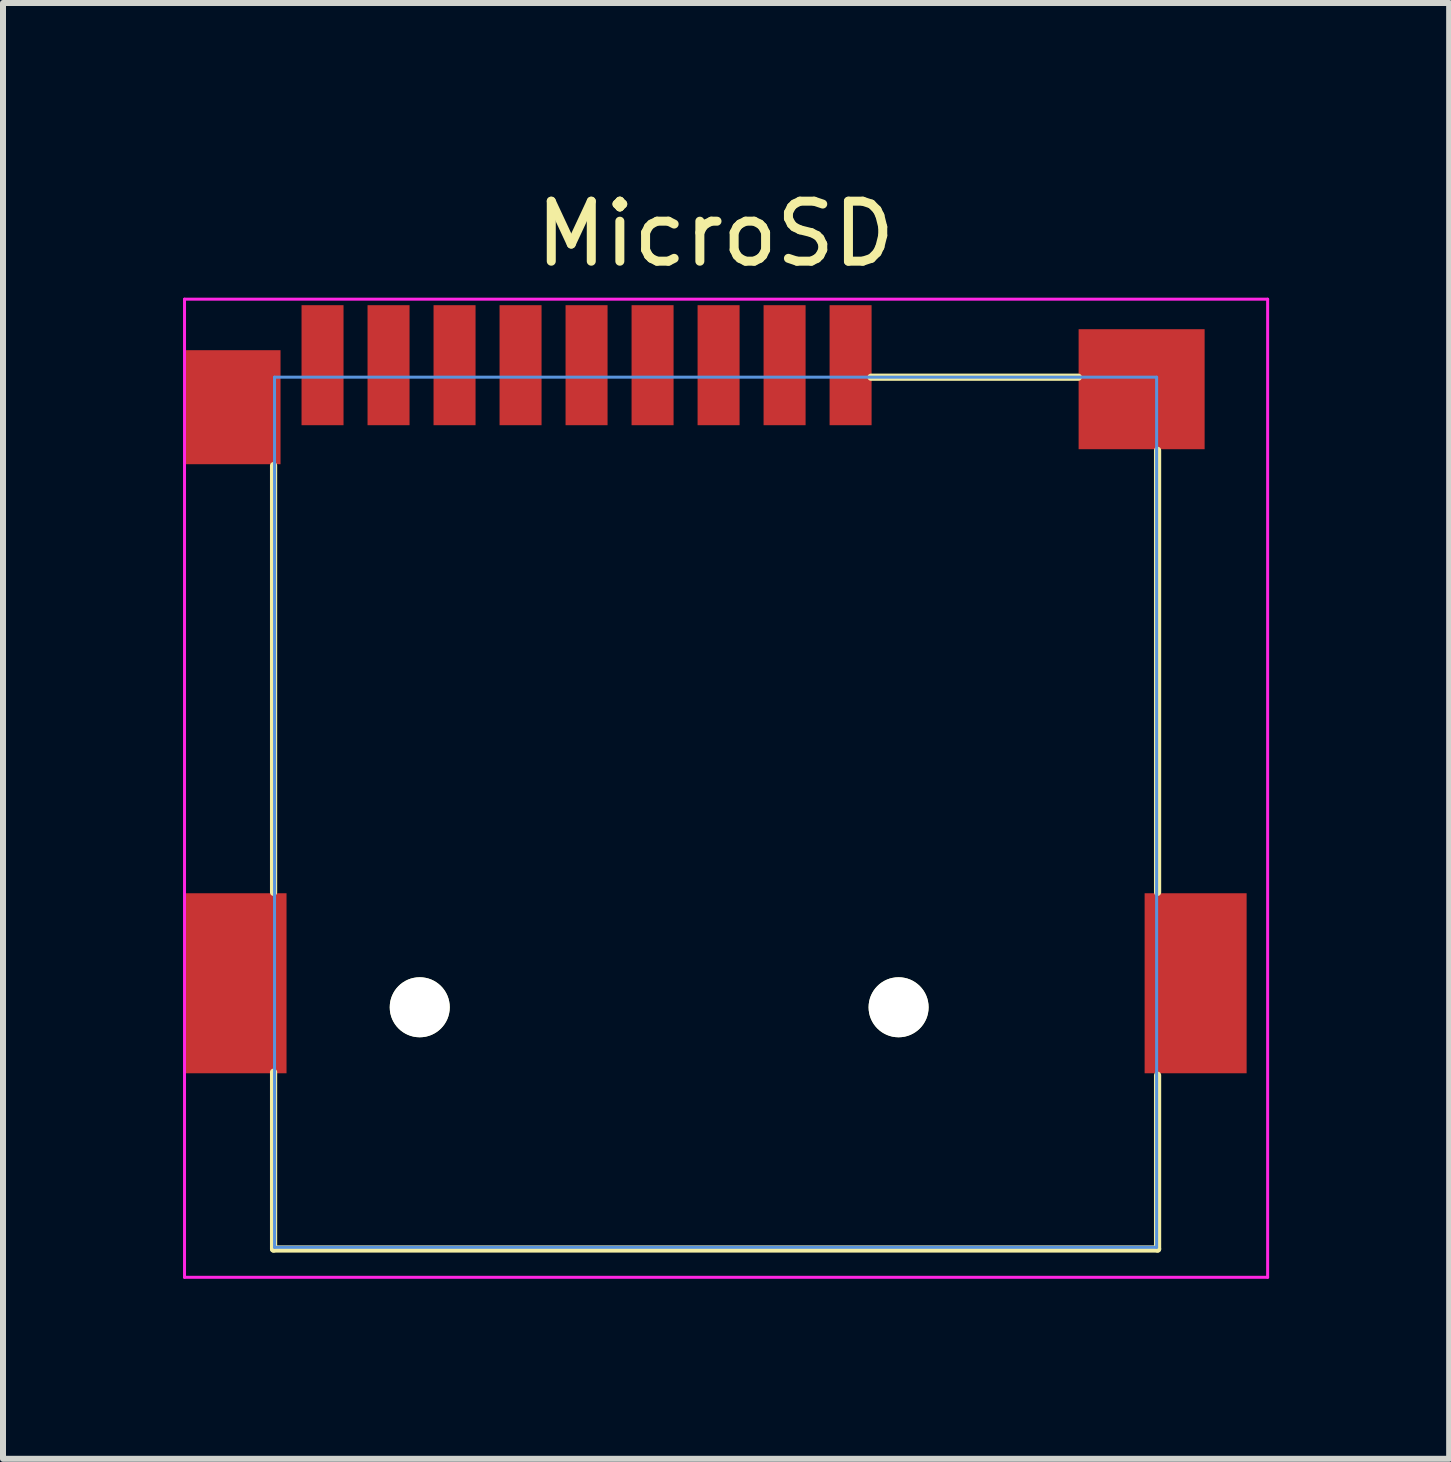
<source format=kicad_pcb>
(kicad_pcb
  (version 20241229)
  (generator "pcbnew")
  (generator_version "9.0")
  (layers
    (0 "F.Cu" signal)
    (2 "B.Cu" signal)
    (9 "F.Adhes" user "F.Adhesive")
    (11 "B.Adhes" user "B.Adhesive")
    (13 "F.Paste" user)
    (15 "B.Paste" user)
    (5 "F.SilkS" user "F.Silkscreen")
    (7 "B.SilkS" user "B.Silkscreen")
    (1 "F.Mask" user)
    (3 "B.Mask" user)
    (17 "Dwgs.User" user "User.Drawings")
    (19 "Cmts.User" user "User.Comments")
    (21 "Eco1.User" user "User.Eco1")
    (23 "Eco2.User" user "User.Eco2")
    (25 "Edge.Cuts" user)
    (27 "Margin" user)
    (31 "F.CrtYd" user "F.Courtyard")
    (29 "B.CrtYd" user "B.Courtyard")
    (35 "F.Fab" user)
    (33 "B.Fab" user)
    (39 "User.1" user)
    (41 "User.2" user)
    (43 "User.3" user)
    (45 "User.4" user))
  (footprint "MicroSD"
    (layer "F.Cu")
    (at 8.875 3.236)
    (property "Reference" "MicroSD" (at 0 -2.388 0) (layer "F.SilkS") (effects (font (size 1 1) (thickness 0.15))))
    (attr through_hole)
    (fp_line (start -7.366 1.473) (end -7.366 8.585) (stroke (width 0.12) (type solid)) (layer "F.SilkS"))
    (fp_line (start -7.366 11.582) (end -7.366 14.529) (stroke (width 0.12) (type solid)) (layer "F.SilkS"))
    (fp_line (start -7.366 14.529) (end 7.366 14.529) (stroke (width 0.12) (type solid)) (layer "F.SilkS"))
    (fp_line (start 2.591 0) (end 6.045 0) (stroke (width 0.12) (type solid)) (layer "F.SilkS"))
    (fp_line (start 7.366 1.219) (end 7.366 8.585) (stroke (width 0.12) (type solid)) (layer "F.SilkS"))
    (fp_line (start 7.366 14.529) (end 7.366 11.633) (stroke (width 0.12) (type solid)) (layer "F.SilkS"))
    (fp_line (start -7.35 0) (end -7.35 14.5) (stroke (width 0.05) (type solid)) (layer "Cmts.User"))
    (fp_line (start -7.35 14.5) (end 7.35 14.5) (stroke (width 0.05) (type solid)) (layer "Cmts.User"))
    (fp_line (start 7.35 0) (end -7.35 0) (stroke (width 0.05) (type solid)) (layer "Cmts.User"))
    (fp_line (start 7.35 14.5) (end 7.35 0) (stroke (width 0.05) (type solid)) (layer "Cmts.User"))
    (fp_line (start -8.85 -1.3) (end -8.85 15) (stroke (width 0.05) (type solid)) (layer "F.CrtYd"))
    (fp_line (start -8.85 15) (end 9.2 15) (stroke (width 0.05) (type solid)) (layer "F.CrtYd"))
    (fp_line (start 9.2 -1.3) (end -8.85 -1.3) (stroke (width 0.05) (type solid)) (layer "F.CrtYd"))
    (fp_line (start 9.2 15) (end 9.2 -1.3) (stroke (width 0.05) (type solid)) (layer "F.CrtYd"))
    (pad "" np_thru_hole circle (at -4.93 10.5 180) (size 1 1) (drill 1) (layers "*.Cu" "*.Mask" "F.SilkS"))
    (pad "" np_thru_hole circle (at 3.05 10.5 180) (size 1 1) (drill 1) (layers "*.Cu" "*.Mask" "F.SilkS"))
    (pad "1" smd rect (at 2.25 -0.2 180) (size 0.7 2) (layers "F.Cu" "F.Mask" "F.Paste"))
    (pad "2" smd rect (at 1.15 -0.2 180) (size 0.7 2) (layers "F.Cu" "F.Mask" "F.Paste"))
    (pad "3" smd rect (at 0.05 -0.2 180) (size 0.7 2) (layers "F.Cu" "F.Mask" "F.Paste"))
    (pad "4" smd rect (at -1.05 -0.2 180) (size 0.7 2) (layers "F.Cu" "F.Mask" "F.Paste"))
    (pad "5" smd rect (at -2.15 -0.2 180) (size 0.7 2) (layers "F.Cu" "F.Mask" "F.Paste"))
    (pad "6" smd rect (at -3.25 -0.2 180) (size 0.7 2) (layers "F.Cu" "F.Mask" "F.Paste"))
    (pad "7" smd rect (at -4.35 -0.2 180) (size 0.7 2) (layers "F.Cu" "F.Mask" "F.Paste"))
    (pad "8" smd rect (at -5.45 -0.2 180) (size 0.7 2) (layers "F.Cu" "F.Mask" "F.Paste"))
    (pad "9" smd rect (at -6.55 -0.2 180) (size 0.7 2) (layers "F.Cu" "F.Mask" "F.Paste"))
    (pad "11" smd rect (at -8.05 0.5 180) (size 1.6 1.9) (layers "F.Cu" "F.Mask" "F.Paste"))
    (pad "11" smd rect (at -8 10.1 180) (size 1.7 3) (layers "F.Cu" "F.Mask" "F.Paste"))
    (pad "11" smd rect (at 7.1 0.2 180) (size 2.1 2) (layers "F.Cu" "F.Mask" "F.Paste"))
    (pad "11" smd rect (at 8 10.1 180) (size 1.7 3) (layers "F.Cu" "F.Mask" "F.Paste")))
  (gr_rect
    (start -3 -3)
    (end 21.1 21.261)
    (stroke (width 0.1) (type default))
    (fill no)
    (layer "Edge.Cuts")))
</source>
